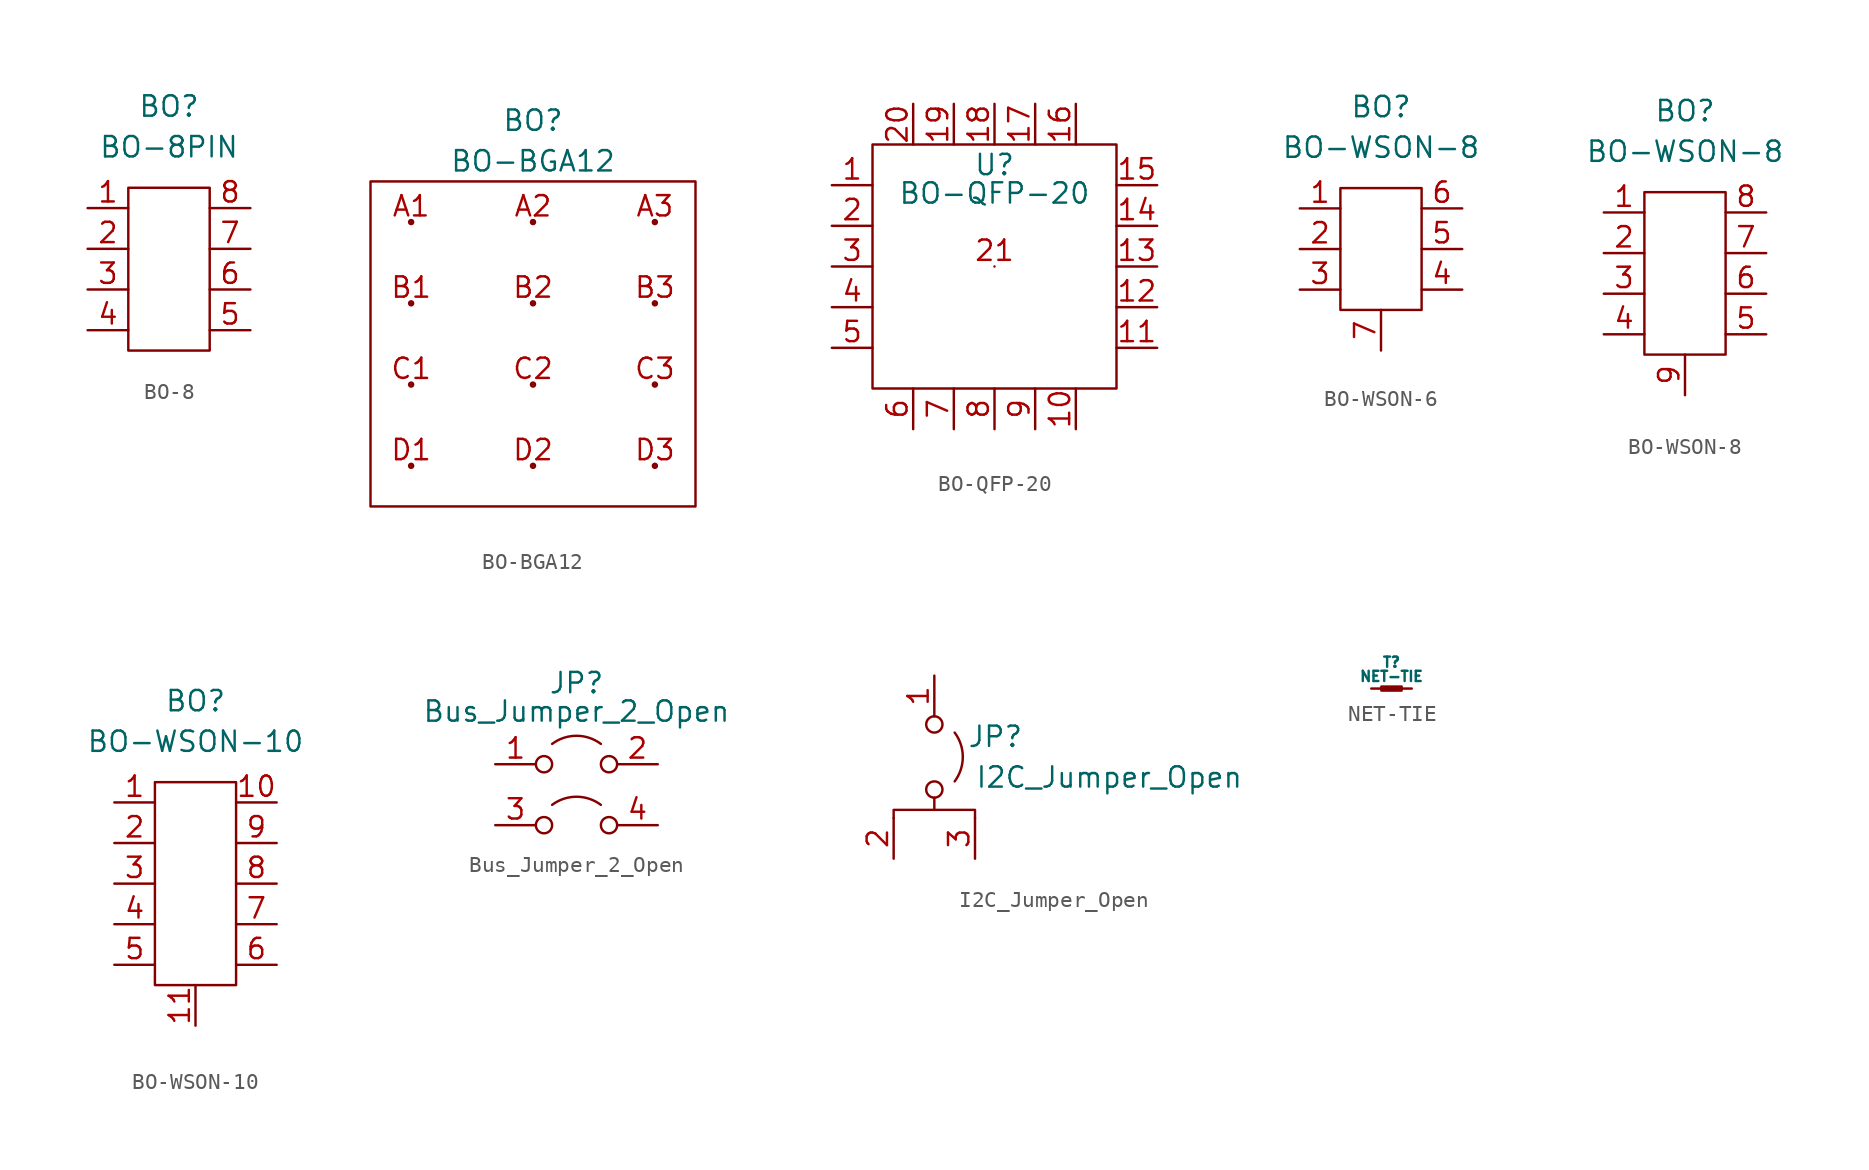
<source format=kicad_sym>
(kicad_symbol_lib
  (version 20220914)
  (generator kicad_symbol_editor)
  (symbol "BO-8"
    (property "Reference" "BO"
      (at 5.08 6.35 0)
      (effects (font (size 1.27 1.27))))
    (property "Value" "BO-8PIN"
      (at 5.08 3.81 0)
      (effects (font (size 1.27 1.27))))
    (symbol "BO-8_0_0"
      (pin passive line (at 0 0 0) (length 2.54) (name "" (effects (font (size 1.27 1.27)))) (number "1" (effects (font (size 1.27 1.27)))))
      (pin passive line (at 0 -2.54 0) (length 2.54) (name "" (effects (font (size 1.27 1.27)))) (number "2" (effects (font (size 1.27 1.27)))))
      (pin passive line (at 0 -5.08 0) (length 2.54) (name "" (effects (font (size 1.27 1.27)))) (number "3" (effects (font (size 1.27 1.27)))))
      (pin passive line (at 0 -7.62 0) (length 2.54) (name "" (effects (font (size 1.27 1.27)))) (number "4" (effects (font (size 1.27 1.27)))))
      (pin passive line (at 10.16 -7.62 180) (length 2.54) (name "" (effects (font (size 1.27 1.27)))) (number "5" (effects (font (size 1.27 1.27)))))
      (pin passive line (at 10.16 -5.08 180) (length 2.54) (name "" (effects (font (size 1.27 1.27)))) (number "6" (effects (font (size 1.27 1.27)))))
      (pin passive line (at 10.16 -2.54 180) (length 2.54) (name "" (effects (font (size 1.27 1.27)))) (number "7" (effects (font (size 1.27 1.27)))))
      (pin passive line (at 10.16 0 180) (length 2.54) (name "" (effects (font (size 1.27 1.27)))) (number "8" (effects (font (size 1.27 1.27))))))
    (symbol "BO-8_0_1"
      (rectangle (start 2.54 1.27) (end 7.62 -8.89) (stroke (width 0) (type default)) (fill (type none)))))
  (symbol "BO-BGA12"
    (property "Reference" "BO"
      (at 10.16 3.81 0)
      (effects (font (size 1.27 1.27))))
    (property "Value" "BO-BGA12"
      (at 10.16 1.27 0)
      (effects (font (size 1.27 1.27))))
    (symbol "BO-BGA12_0_0"
      (pin passive line (at 2.54 -2.54 0) (length 0) (name "" (effects (font (size 1.27 1.27)))) (number "A1" (effects (font (size 1.27 1.27)))))
      (pin passive line (at 10.16 -2.54 0) (length 0) (name "" (effects (font (size 1.27 1.27)))) (number "A2" (effects (font (size 1.27 1.27)))))
      (pin passive line (at 17.78 -2.54 0) (length 0) (name "" (effects (font (size 1.27 1.27)))) (number "A3" (effects (font (size 1.27 1.27)))))
      (pin passive line (at 2.54 -7.62 0) (length 0) (name "" (effects (font (size 1.27 1.27)))) (number "B1" (effects (font (size 1.27 1.27)))))
      (pin passive line (at 10.16 -7.62 0) (length 0) (name "" (effects (font (size 1.27 1.27)))) (number "B2" (effects (font (size 1.27 1.27)))))
      (pin passive line (at 17.78 -7.62 0) (length 0) (name "" (effects (font (size 1.27 1.27)))) (number "B3" (effects (font (size 1.27 1.27)))))
      (pin passive line (at 2.54 -12.7 0) (length 0) (name "" (effects (font (size 1.27 1.27)))) (number "C1" (effects (font (size 1.27 1.27)))))
      (pin passive line (at 10.16 -12.7 0) (length 0) (name "" (effects (font (size 1.27 1.27)))) (number "C2" (effects (font (size 1.27 1.27)))))
      (pin passive line (at 17.78 -12.7 0) (length 0) (name "" (effects (font (size 1.27 1.27)))) (number "C3" (effects (font (size 1.27 1.27)))))
      (pin passive line (at 2.54 -17.78 0) (length 0) (name "" (effects (font (size 1.27 1.27)))) (number "D1" (effects (font (size 1.27 1.27)))))
      (pin passive line (at 10.16 -17.78 0) (length 0) (name "" (effects (font (size 1.27 1.27)))) (number "D2" (effects (font (size 1.27 1.27)))))
      (pin passive line (at 17.78 -17.78 0) (length 0) (name "" (effects (font (size 1.27 1.27)))) (number "D3" (effects (font (size 1.27 1.27))))))
    (symbol "BO-BGA12_0_1"
      (rectangle (start 0 0) (end 20.32 -20.32) (stroke (width 0) (type default)) (fill (type none)))
      (circle (center 2.54 -17.78) (radius 0.127) (stroke (width 0) (type default)) (fill (type none)))
      (circle (center 2.54 -12.7) (radius 0.127) (stroke (width 0) (type default)) (fill (type none)))
      (circle (center 2.54 -7.62) (radius 0.127) (stroke (width 0) (type default)) (fill (type none)))
      (circle (center 2.54 -2.54) (radius 0.127) (stroke (width 0) (type default)) (fill (type none)))
      (circle (center 10.16 -17.78) (radius 0.127) (stroke (width 0) (type default)) (fill (type none)))
      (circle (center 10.16 -12.7) (radius 0.127) (stroke (width 0) (type default)) (fill (type none)))
      (circle (center 10.16 -7.62) (radius 0.127) (stroke (width 0) (type default)) (fill (type none)))
      (circle (center 10.16 -2.54) (radius 0.127) (stroke (width 0) (type default)) (fill (type none)))
      (circle (center 17.78 -17.78) (radius 0.127) (stroke (width 0) (type default)) (fill (type none)))
      (circle (center 17.78 -12.7) (radius 0.127) (stroke (width 0) (type default)) (fill (type none)))
      (circle (center 17.78 -7.62) (radius 0.127) (stroke (width 0) (type default)) (fill (type none)))
      (circle (center 17.78 -2.54) (radius 0.127) (stroke (width 0) (type default)) (fill (type none)))))
  (symbol "BO-QFP-20"
    (property "Reference" "U"
      (at 7.62 -1.27 0)
      (effects (font (size 1.27 1.27))))
    (property "Value" "BO-QFP-20"
      (at 7.62 -3.048 0)
      (effects (font (size 1.27 1.27))))
    (symbol "BO-QFP-20_0_0"
      (pin passive line (at -2.54 -2.54 0) (length 2.54) (name "" (effects (font (size 1.27 1.27)))) (number "1" (effects (font (size 1.27 1.27)))))
      (pin passive line (at 12.7 -17.78 90) (length 2.54) (name "" (effects (font (size 1.27 1.27)))) (number "10" (effects (font (size 1.27 1.27)))))
      (pin passive line (at 17.78 -12.7 180) (length 2.54) (name "" (effects (font (size 1.27 1.27)))) (number "11" (effects (font (size 1.27 1.27)))))
      (pin passive line (at 17.78 -10.16 180) (length 2.54) (name "" (effects (font (size 1.27 1.27)))) (number "12" (effects (font (size 1.27 1.27)))))
      (pin passive line (at 17.78 -7.62 180) (length 2.54) (name "" (effects (font (size 1.27 1.27)))) (number "13" (effects (font (size 1.27 1.27)))))
      (pin passive line (at 17.78 -5.08 180) (length 2.54) (name "" (effects (font (size 1.27 1.27)))) (number "14" (effects (font (size 1.27 1.27)))))
      (pin passive line (at 17.78 -2.54 180) (length 2.54) (name "" (effects (font (size 1.27 1.27)))) (number "15" (effects (font (size 1.27 1.27)))))
      (pin passive line (at 12.7 2.54 270) (length 2.54) (name "" (effects (font (size 1.27 1.27)))) (number "16" (effects (font (size 1.27 1.27)))))
      (pin passive line (at 10.16 2.54 270) (length 2.54) (name "" (effects (font (size 1.27 1.27)))) (number "17" (effects (font (size 1.27 1.27)))))
      (pin passive line (at 7.62 2.54 270) (length 2.54) (name "" (effects (font (size 1.27 1.27)))) (number "18" (effects (font (size 1.27 1.27)))))
      (pin passive line (at 5.08 2.54 270) (length 2.54) (name "" (effects (font (size 1.27 1.27)))) (number "19" (effects (font (size 1.27 1.27)))))
      (pin passive line (at -2.54 -5.08 0) (length 2.54) (name "" (effects (font (size 1.27 1.27)))) (number "2" (effects (font (size 1.27 1.27)))))
      (pin passive line (at 2.54 2.54 270) (length 2.54) (name "" (effects (font (size 1.27 1.27)))) (number "20" (effects (font (size 1.27 1.27)))))
      (pin passive line (at 7.62 -7.62 180) (length 0) (name "" (effects (font (size 1.27 1.27)))) (number "21" (effects (font (size 1.27 1.27)))))
      (pin passive line (at -2.54 -7.62 0) (length 2.54) (name "" (effects (font (size 1.27 1.27)))) (number "3" (effects (font (size 1.27 1.27)))))
      (pin passive line (at -2.54 -10.16 0) (length 2.54) (name "" (effects (font (size 1.27 1.27)))) (number "4" (effects (font (size 1.27 1.27)))))
      (pin passive line (at -2.54 -12.7 0) (length 2.54) (name "" (effects (font (size 1.27 1.27)))) (number "5" (effects (font (size 1.27 1.27)))))
      (pin passive line (at 2.54 -17.78 90) (length 2.54) (name "" (effects (font (size 1.27 1.27)))) (number "6" (effects (font (size 1.27 1.27)))))
      (pin passive line (at 5.08 -17.78 90) (length 2.54) (name "" (effects (font (size 1.27 1.27)))) (number "7" (effects (font (size 1.27 1.27)))))
      (pin passive line (at 7.62 -17.78 90) (length 2.54) (name "" (effects (font (size 1.27 1.27)))) (number "8" (effects (font (size 1.27 1.27)))))
      (pin passive line (at 10.16 -17.78 90) (length 2.54) (name "" (effects (font (size 1.27 1.27)))) (number "9" (effects (font (size 1.27 1.27))))))
    (symbol "BO-QFP-20_0_1"
      (rectangle (start 0 0) (end 15.24 -15.24) (stroke (width 0) (type default)) (fill (type none)))))
  (symbol "BO-WSON-6"
    (property "Reference" "BO"
      (at 5.08 6.35 0)
      (effects (font (size 1.27 1.27))))
    (property "Value" "BO-WSON-8"
      (at 5.08 3.81 0)
      (effects (font (size 1.27 1.27))))
    (symbol "BO-WSON-6_0_0"
      (pin passive line (at 0 0 0) (length 2.54) (name "" (effects (font (size 1.27 1.27)))) (number "1" (effects (font (size 1.27 1.27)))))
      (pin passive line (at 0 -2.54 0) (length 2.54) (name "" (effects (font (size 1.27 1.27)))) (number "2" (effects (font (size 1.27 1.27)))))
      (pin passive line (at 0 -5.08 0) (length 2.54) (name "" (effects (font (size 1.27 1.27)))) (number "3" (effects (font (size 1.27 1.27)))))
      (pin passive line (at 10.16 -5.08 180) (length 2.54) (name "" (effects (font (size 1.27 1.27)))) (number "4" (effects (font (size 1.27 1.27)))))
      (pin passive line (at 10.16 -2.54 180) (length 2.54) (name "" (effects (font (size 1.27 1.27)))) (number "5" (effects (font (size 1.27 1.27)))))
      (pin passive line (at 10.16 0 180) (length 2.54) (name "" (effects (font (size 1.27 1.27)))) (number "6" (effects (font (size 1.27 1.27)))))
      (pin passive line (at 5.08 -8.89 90) (length 2.54) (name "" (effects (font (size 1.27 1.27)))) (number "7" (effects (font (size 1.27 1.27))))))
    (symbol "BO-WSON-6_0_1"
      (rectangle (start 2.54 1.27) (end 7.62 -6.35) (stroke (width 0) (type default)) (fill (type none)))))
  (symbol "BO-WSON-8"
    (property "Reference" "BO"
      (at 5.08 6.35 0)
      (effects (font (size 1.27 1.27))))
    (property "Value" "BO-WSON-8"
      (at 5.08 3.81 0)
      (effects (font (size 1.27 1.27))))
    (symbol "BO-WSON-8_0_0"
      (pin passive line (at 0 0 0) (length 2.54) (name "" (effects (font (size 1.27 1.27)))) (number "1" (effects (font (size 1.27 1.27)))))
      (pin passive line (at 0 -2.54 0) (length 2.54) (name "" (effects (font (size 1.27 1.27)))) (number "2" (effects (font (size 1.27 1.27)))))
      (pin passive line (at 0 -5.08 0) (length 2.54) (name "" (effects (font (size 1.27 1.27)))) (number "3" (effects (font (size 1.27 1.27)))))
      (pin passive line (at 0 -7.62 0) (length 2.54) (name "" (effects (font (size 1.27 1.27)))) (number "4" (effects (font (size 1.27 1.27)))))
      (pin passive line (at 10.16 -7.62 180) (length 2.54) (name "" (effects (font (size 1.27 1.27)))) (number "5" (effects (font (size 1.27 1.27)))))
      (pin passive line (at 10.16 -5.08 180) (length 2.54) (name "" (effects (font (size 1.27 1.27)))) (number "6" (effects (font (size 1.27 1.27)))))
      (pin passive line (at 10.16 -2.54 180) (length 2.54) (name "" (effects (font (size 1.27 1.27)))) (number "7" (effects (font (size 1.27 1.27)))))
      (pin passive line (at 10.16 0 180) (length 2.54) (name "" (effects (font (size 1.27 1.27)))) (number "8" (effects (font (size 1.27 1.27)))))
      (pin passive line (at 5.08 -11.43 90) (length 2.54) (name "" (effects (font (size 1.27 1.27)))) (number "9" (effects (font (size 1.27 1.27))))))
    (symbol "BO-WSON-8_0_1"
      (rectangle (start 2.54 1.27) (end 7.62 -8.89) (stroke (width 0) (type default)) (fill (type none)))))
  (symbol "BO-WSON-10"
    (property "Reference" "BO"
      (at 5.08 6.35 0)
      (effects (font (size 1.27 1.27))))
    (property "Value" "BO-WSON-10"
      (at 5.08 3.81 0)
      (effects (font (size 1.27 1.27))))
    (symbol "BO-WSON-10_0_0"
      (pin passive line (at 0 0 0) (length 2.54) (name "" (effects (font (size 1.27 1.27)))) (number "1" (effects (font (size 1.27 1.27)))))
      (pin passive line (at 10.16 0 180) (length 2.54) (name "" (effects (font (size 1.27 1.27)))) (number "10" (effects (font (size 1.27 1.27)))))
      (pin passive line (at 5.08 -13.97 90) (length 2.54) (name "" (effects (font (size 1.27 1.27)))) (number "11" (effects (font (size 1.27 1.27)))))
      (pin passive line (at 0 -2.54 0) (length 2.54) (name "" (effects (font (size 1.27 1.27)))) (number "2" (effects (font (size 1.27 1.27)))))
      (pin passive line (at 0 -5.08 0) (length 2.54) (name "" (effects (font (size 1.27 1.27)))) (number "3" (effects (font (size 1.27 1.27)))))
      (pin passive line (at 0 -7.62 0) (length 2.54) (name "" (effects (font (size 1.27 1.27)))) (number "4" (effects (font (size 1.27 1.27)))))
      (pin passive line (at 0 -10.16 0) (length 2.54) (name "" (effects (font (size 1.27 1.27)))) (number "5" (effects (font (size 1.27 1.27)))))
      (pin passive line (at 10.16 -10.16 180) (length 2.54) (name "" (effects (font (size 1.27 1.27)))) (number "6" (effects (font (size 1.27 1.27)))))
      (pin passive line (at 10.16 -7.62 180) (length 2.54) (name "" (effects (font (size 1.27 1.27)))) (number "7" (effects (font (size 1.27 1.27)))))
      (pin passive line (at 10.16 -5.08 180) (length 2.54) (name "" (effects (font (size 1.27 1.27)))) (number "8" (effects (font (size 1.27 1.27)))))
      (pin passive line (at 10.16 -2.54 180) (length 2.54) (name "" (effects (font (size 1.27 1.27)))) (number "9" (effects (font (size 1.27 1.27))))))
    (symbol "BO-WSON-10_0_1"
      (rectangle (start 2.54 1.27) (end 7.62 -11.43) (stroke (width 0) (type default)) (fill (type none)))))
  (symbol "Bus_Jumper_2_Open"
    (pin_names
      (offset 0) hide)
    (property "Reference" "JP"
      (at 0 13.97 0)
      (effects (font (size 1.27 1.27))))
    (property "Value" "Bus_Jumper_2_Open"
      (at 0 12.192 0)
      (effects (font (size 1.27 1.27))))
    (symbol "Bus_Jumper_2_Open_0_0"
      (circle (center -2.032 5.08) (radius 0.508) (stroke (width 0) (type default)) (fill (type none)))
      (circle (center -2.032 8.89) (radius 0.508) (stroke (width 0) (type default)) (fill (type none)))
      (circle (center 2.032 5.08) (radius 0.508) (stroke (width 0) (type default)) (fill (type none)))
      (circle (center 2.032 8.89) (radius 0.508) (stroke (width 0) (type default)) (fill (type none))))
    (symbol "Bus_Jumper_2_Open_0_1"
      (arc (start 1.524 6.35) (mid 0 6.858) (end -1.524 6.35) (stroke (width 0) (type default)) (fill (type none)))
      (arc (start 1.524 10.16) (mid 0 10.668) (end -1.524 10.16) (stroke (width 0) (type default)) (fill (type none))))
    (symbol "Bus_Jumper_2_Open_1_1"
      (pin passive line (at -5.08 8.89 0) (length 2.54) (name "A" (effects (font (size 1.27 1.27)))) (number "1" (effects (font (size 1.27 1.27)))))
      (pin passive line (at 5.08 8.89 180) (length 2.54) (name "B" (effects (font (size 1.27 1.27)))) (number "2" (effects (font (size 1.27 1.27)))))
      (pin passive line (at -5.08 5.08 0) (length 2.54) (name "A" (effects (font (size 1.27 1.27)))) (number "3" (effects (font (size 1.27 1.27)))))
      (pin passive line (at 5.08 5.08 180) (length 2.54) (name "4" (effects (font (size 1.27 1.27)))) (number "4" (effects (font (size 1.27 1.27)))))))
  (symbol "I2C_Jumper_Open"
    (pin_names
      (offset 0) hide)
    (property "Reference" "JP"
      (at 3.81 7.62 0)
      (effects (font (size 1.27 1.27))))
    (property "Value" "I2C_Jumper_Open"
      (at 2.54 5.08 0)
      (effects (font (size 1.27 1.27)) (justify left)))
    (symbol "I2C_Jumper_Open_0_0"
      (circle (center 0 4.318) (radius 0.508) (stroke (width 0) (type default)) (fill (type none)))
      (circle (center 0 8.382) (radius 0.508) (stroke (width 0) (type default)) (fill (type none))))
    (symbol "I2C_Jumper_Open_0_1"
      (polyline (pts (xy 0 3.81) (xy 0 3.048)) (stroke (width 0) (type default)) (fill (type none)))
      (polyline (pts (xy 2.54 2.54) (xy 2.54 3.048) (xy -2.54 3.048) (xy -2.54 2.54)) (stroke (width 0) (type default)) (fill (type none)))
      (arc (start 1.27 4.826) (mid 1.778 6.35) (end 1.27 7.874) (stroke (width 0) (type default)) (fill (type none))))
    (symbol "I2C_Jumper_Open_1_1"
      (pin passive line (at 0 11.43 270) (length 2.54) (name "A" (effects (font (size 1.27 1.27)))) (number "1" (effects (font (size 1.27 1.27)))))
      (pin passive line (at -2.54 0 90) (length 2.54) (name "B" (effects (font (size 1.27 1.27)))) (number "2" (effects (font (size 1.27 1.27)))))
      (pin passive line (at 2.54 0 90) (length 2.54) (name "A" (effects (font (size 1.27 1.27)))) (number "3" (effects (font (size 1.27 1.27)))))))
  (symbol "NET-TIE"
    (property "Reference" "T"
      (at 0 1.651 0)
      (effects (font (size 0.64 0.64))))
    (property "Value" "NET-TIE"
      (at 0 0.762 0)
      (effects (font (size 0.64 0.64))))
    (symbol "NET-TIE_0_1"
      (rectangle (start -0.635 0.127) (end 0.635 -0.127) (stroke (width 0) (type default)) (fill (type outline))))
    (symbol "NET-TIE_1_1"
      (pin passive line (at -1.27 0 0) (length 0.64) (name "~" (effects (font (size 1.27 1.27)))) (number "1" (effects (font (size 0 0)))))
      (pin passive line (at 1.27 0 180) (length 0.64) (name "~" (effects (font (size 1.27 1.27)))) (number "2" (effects (font (size 0 0))))))))
</source>
